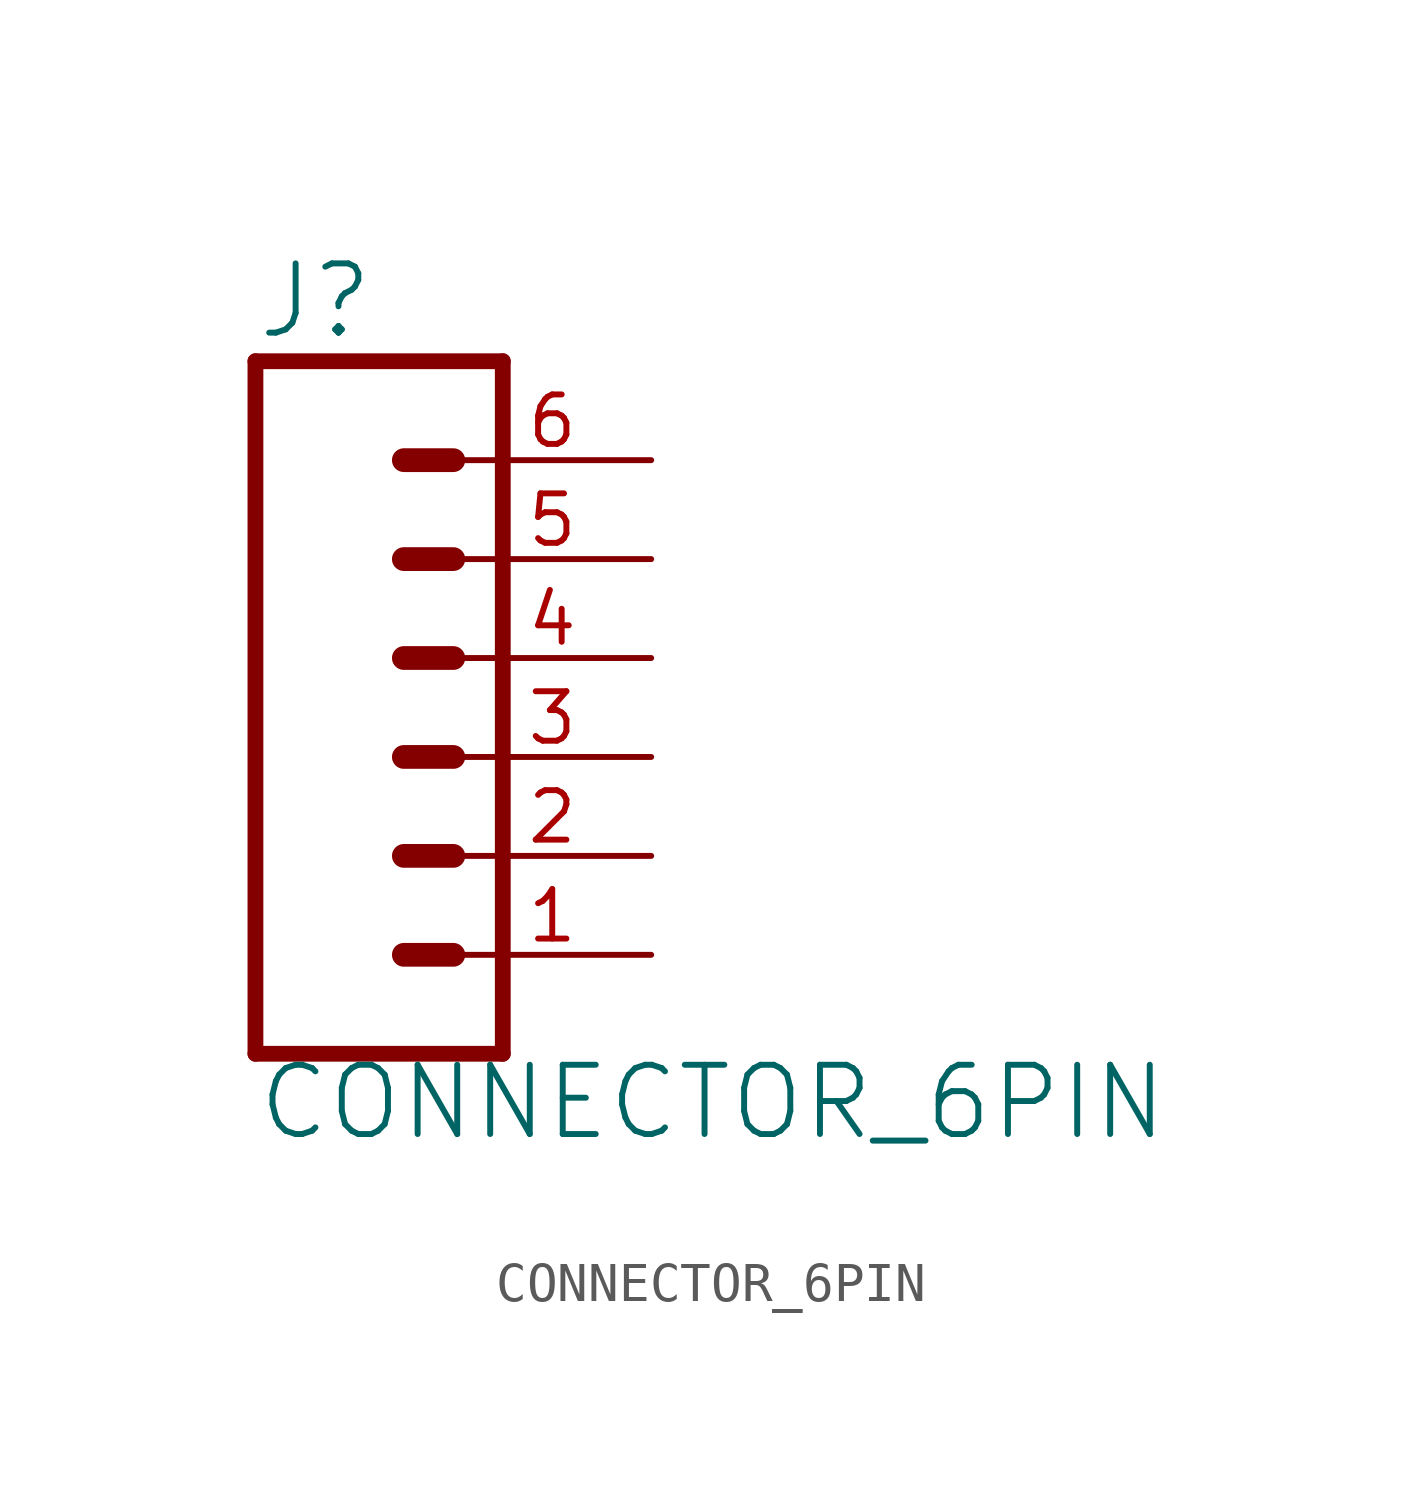
<source format=kicad_sym>
(kicad_symbol_lib
  (version 20211014)
  (generator kicad_symbol_editor)
  (symbol "CONNECTOR_6PIN"
    (property "Reference" "J"
      (at -5.08 10.668 0)
      (effects (font (size 1.778 1.778)) (justify left bottom)))
    (property "Value" "CONNECTOR_6PIN"
      (at -5.08 -9.906 0)
      (effects (font (size 1.778 1.778)) (justify left bottom)))
    (property "ki_locked" ""
      (at 0 0 0)
      (effects (font (size 1.27 1.27))))
    (symbol "CONNECTOR_6PIN_1_0"
      (polyline (pts (xy -5.08 10.16) (xy -5.08 -7.62)) (stroke (width 0.406) (type default) (color 0 0 0 0)) (fill (type none)))
      (polyline (pts (xy -5.08 10.16) (xy 1.27 10.16)) (stroke (width 0.406) (type default) (color 0 0 0 0)) (fill (type none)))
      (polyline (pts (xy -1.27 -5.08) (xy 0 -5.08)) (stroke (width 0.61) (type default) (color 0 0 0 0)) (fill (type none)))
      (polyline (pts (xy -1.27 -2.54) (xy 0 -2.54)) (stroke (width 0.61) (type default) (color 0 0 0 0)) (fill (type none)))
      (polyline (pts (xy -1.27 0) (xy 0 0)) (stroke (width 0.61) (type default) (color 0 0 0 0)) (fill (type none)))
      (polyline (pts (xy -1.27 2.54) (xy 0 2.54)) (stroke (width 0.61) (type default) (color 0 0 0 0)) (fill (type none)))
      (polyline (pts (xy -1.27 5.08) (xy 0 5.08)) (stroke (width 0.61) (type default) (color 0 0 0 0)) (fill (type none)))
      (polyline (pts (xy -1.27 7.62) (xy 0 7.62)) (stroke (width 0.61) (type default) (color 0 0 0 0)) (fill (type none)))
      (polyline (pts (xy 1.27 -7.62) (xy -5.08 -7.62)) (stroke (width 0.406) (type default) (color 0 0 0 0)) (fill (type none)))
      (polyline (pts (xy 1.27 -7.62) (xy 1.27 10.16)) (stroke (width 0.406) (type default) (color 0 0 0 0)) (fill (type none)))
      (pin passive line (at 5.08 -5.08 180) (length 5.08) (name "1" (effects (font (size 0 0)))) (number "1" (effects (font (size 1.27 1.27)))))
      (pin passive line (at 5.08 -2.54 180) (length 5.08) (name "2" (effects (font (size 0 0)))) (number "2" (effects (font (size 1.27 1.27)))))
      (pin passive line (at 5.08 0 180) (length 5.08) (name "3" (effects (font (size 0 0)))) (number "3" (effects (font (size 1.27 1.27)))))
      (pin passive line (at 5.08 2.54 180) (length 5.08) (name "4" (effects (font (size 0 0)))) (number "4" (effects (font (size 1.27 1.27)))))
      (pin passive line (at 5.08 5.08 180) (length 5.08) (name "5" (effects (font (size 0 0)))) (number "5" (effects (font (size 1.27 1.27)))))
      (pin passive line (at 5.08 7.62 180) (length 5.08) (name "6" (effects (font (size 0 0)))) (number "6" (effects (font (size 1.27 1.27))))))))
</source>
